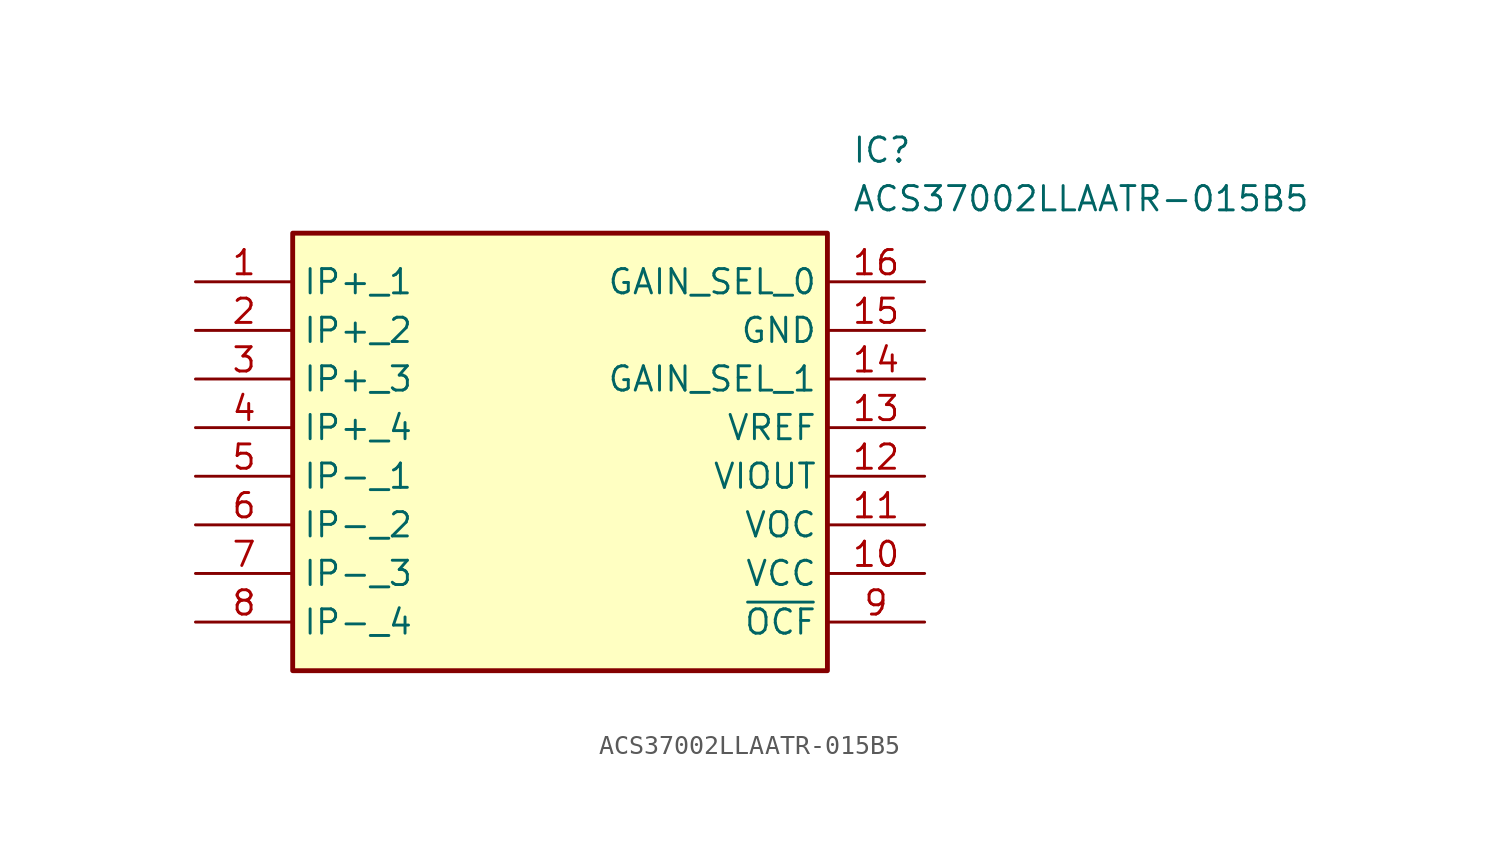
<source format=kicad_sym>
(kicad_symbol_lib
  (version 20211014)
  (generator SamacSys_ECAD_Model)
  (symbol "ACS37002LLAATR-015B5"
    (property "Reference" "IC"
      (at 34.29 7.62 0)
      (effects (font (size 1.27 1.27)) (justify left top)))
    (property "Value" "ACS37002LLAATR-015B5"
      (at 34.29 5.08 0)
      (effects (font (size 1.27 1.27)) (justify left top)))
    (rectangle
      (start 5.08 2.54)
      (end 33.02 -20.32)
      (stroke (width 0.254) (type default))
      (fill (type background)))
    (pin passive line
      (at 0 0 0)
      (length 5.08)
      (name "IP+_1" (effects (font (size 1.27 1.27))))
      (number "1" (effects (font (size 1.27 1.27)))))
    (pin passive line
      (at 0 -2.54 0)
      (length 5.08)
      (name "IP+_2" (effects (font (size 1.27 1.27))))
      (number "2" (effects (font (size 1.27 1.27)))))
    (pin passive line
      (at 0 -5.08 0)
      (length 5.08)
      (name "IP+_3" (effects (font (size 1.27 1.27))))
      (number "3" (effects (font (size 1.27 1.27)))))
    (pin passive line
      (at 0 -7.62 0)
      (length 5.08)
      (name "IP+_4" (effects (font (size 1.27 1.27))))
      (number "4" (effects (font (size 1.27 1.27)))))
    (pin passive line
      (at 0 -10.16 0)
      (length 5.08)
      (name "IP-_1" (effects (font (size 1.27 1.27))))
      (number "5" (effects (font (size 1.27 1.27)))))
    (pin passive line
      (at 0 -12.7 0)
      (length 5.08)
      (name "IP-_2" (effects (font (size 1.27 1.27))))
      (number "6" (effects (font (size 1.27 1.27)))))
    (pin passive line
      (at 0 -15.24 0)
      (length 5.08)
      (name "IP-_3" (effects (font (size 1.27 1.27))))
      (number "7" (effects (font (size 1.27 1.27)))))
    (pin passive line
      (at 0 -17.78 0)
      (length 5.08)
      (name "IP-_4" (effects (font (size 1.27 1.27))))
      (number "8" (effects (font (size 1.27 1.27)))))
    (pin passive line
      (at 38.1 0 180)
      (length 5.08)
      (name "GAIN_SEL_0" (effects (font (size 1.27 1.27))))
      (number "16" (effects (font (size 1.27 1.27)))))
    (pin passive line
      (at 38.1 -2.54 180)
      (length 5.08)
      (name "GND" (effects (font (size 1.27 1.27))))
      (number "15" (effects (font (size 1.27 1.27)))))
    (pin passive line
      (at 38.1 -5.08 180)
      (length 5.08)
      (name "GAIN_SEL_1" (effects (font (size 1.27 1.27))))
      (number "14" (effects (font (size 1.27 1.27)))))
    (pin passive line
      (at 38.1 -7.62 180)
      (length 5.08)
      (name "VREF" (effects (font (size 1.27 1.27))))
      (number "13" (effects (font (size 1.27 1.27)))))
    (pin passive line
      (at 38.1 -10.16 180)
      (length 5.08)
      (name "VIOUT" (effects (font (size 1.27 1.27))))
      (number "12" (effects (font (size 1.27 1.27)))))
    (pin passive line
      (at 38.1 -12.7 180)
      (length 5.08)
      (name "VOC" (effects (font (size 1.27 1.27))))
      (number "11" (effects (font (size 1.27 1.27)))))
    (pin passive line
      (at 38.1 -15.24 180)
      (length 5.08)
      (name "VCC" (effects (font (size 1.27 1.27))))
      (number "10" (effects (font (size 1.27 1.27)))))
    (pin passive line
      (at 38.1 -17.78 180)
      (length 5.08)
      (name "~{OCF}" (effects (font (size 1.27 1.27))))
      (number "9" (effects (font (size 1.27 1.27)))))))
</source>
